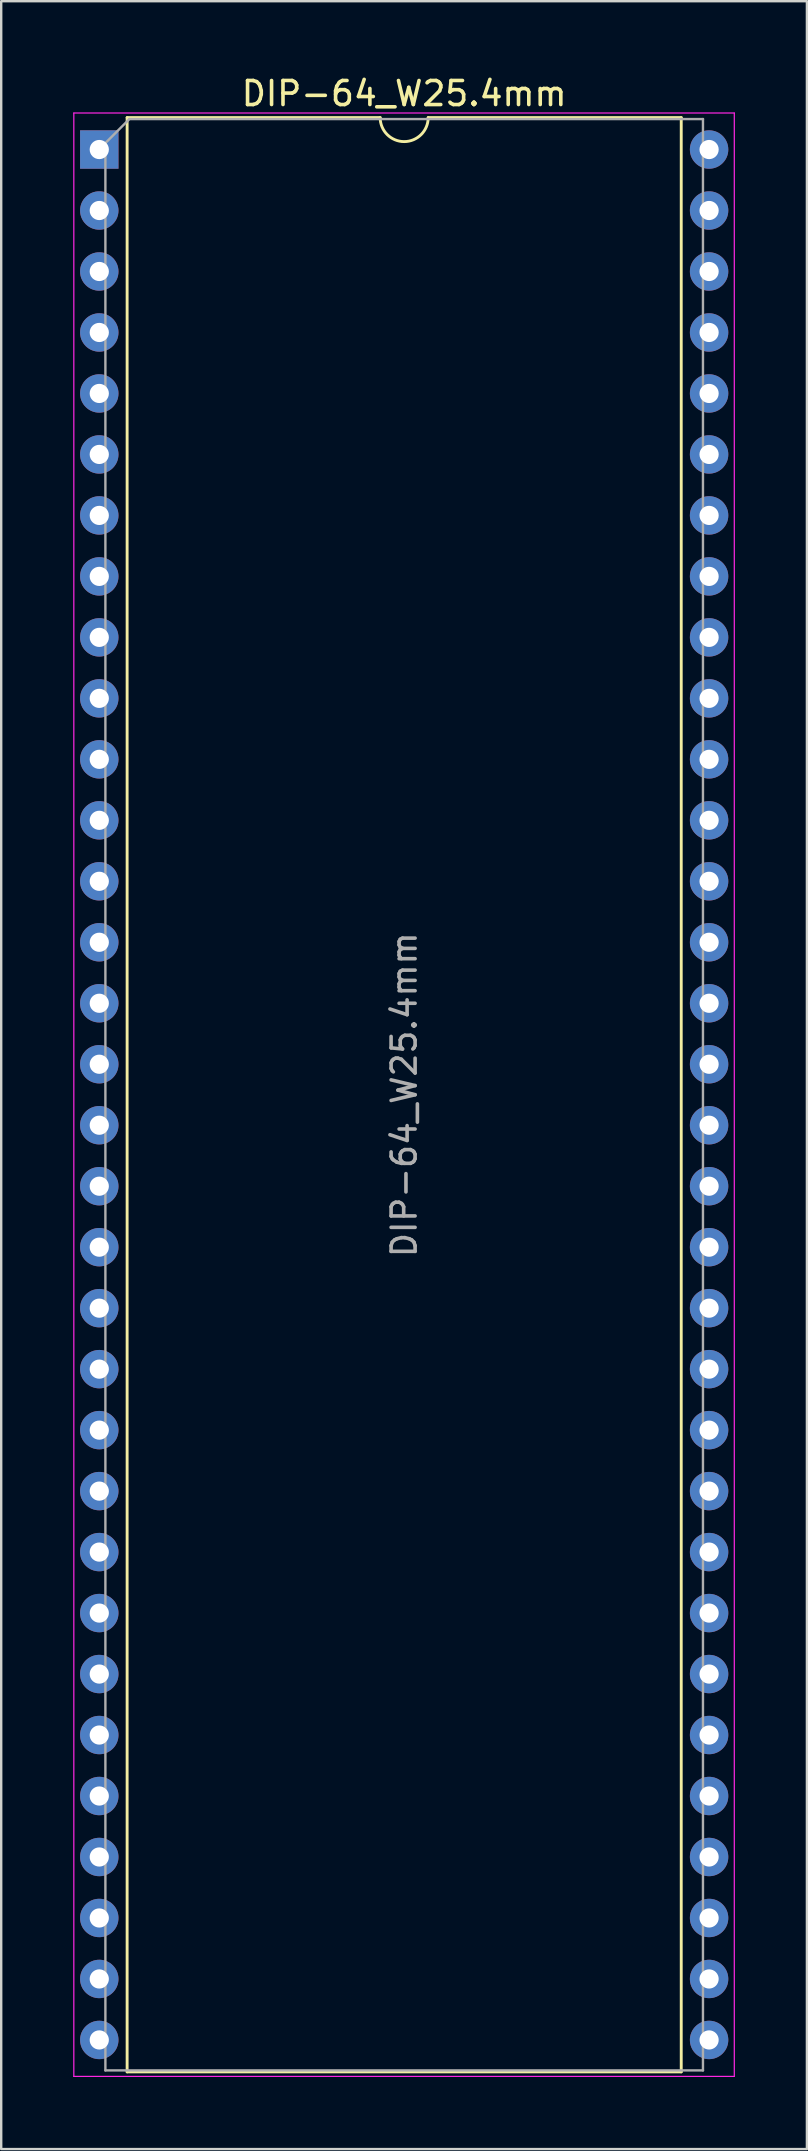
<source format=kicad_pcb>
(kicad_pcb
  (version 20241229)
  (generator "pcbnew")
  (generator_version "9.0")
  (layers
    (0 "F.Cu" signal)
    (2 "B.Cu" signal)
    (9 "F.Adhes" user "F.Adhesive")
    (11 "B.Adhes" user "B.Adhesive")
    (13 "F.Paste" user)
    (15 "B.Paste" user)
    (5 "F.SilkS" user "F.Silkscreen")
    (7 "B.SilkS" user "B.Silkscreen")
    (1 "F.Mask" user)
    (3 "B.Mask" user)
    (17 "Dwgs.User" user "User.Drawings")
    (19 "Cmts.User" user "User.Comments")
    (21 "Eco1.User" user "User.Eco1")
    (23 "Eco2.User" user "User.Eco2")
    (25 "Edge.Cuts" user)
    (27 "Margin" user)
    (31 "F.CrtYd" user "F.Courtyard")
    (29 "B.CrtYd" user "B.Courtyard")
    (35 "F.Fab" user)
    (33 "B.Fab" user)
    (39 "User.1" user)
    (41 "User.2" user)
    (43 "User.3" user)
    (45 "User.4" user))
  (footprint "DIP-64_W25.4mm"
    (layer "F.Cu")
    (at 1.085 3.178)
    (property "Reference" "DIP-64_W25.4mm" (at 12.7 -2.33 0) (layer "F.SilkS") (effects (font (size 1 1) (thickness 0.15))))
    (attr through_hole)
    (fp_line (start 1.16 -1.33) (end 1.16 80.07) (stroke (width 0.12) (type solid)) (layer "F.SilkS"))
    (fp_line (start 1.16 80.07) (end 24.24 80.07) (stroke (width 0.12) (type solid)) (layer "F.SilkS"))
    (fp_line (start 11.7 -1.33) (end 1.16 -1.33) (stroke (width 0.12) (type solid)) (layer "F.SilkS"))
    (fp_line (start 24.24 -1.33) (end 13.7 -1.33) (stroke (width 0.12) (type solid)) (layer "F.SilkS"))
    (fp_line (start 24.24 80.07) (end 24.24 -1.33) (stroke (width 0.12) (type solid)) (layer "F.SilkS"))
    (fp_arc (start 13.7 -1.33) (mid 12.7 -0.33) (end 11.7 -1.33) (stroke (width 0.12) (type solid)) (layer "F.SilkS"))
    (fp_line (start -1.06 -1.52) (end -1.06 80.26) (stroke (width 0.05) (type solid)) (layer "F.CrtYd"))
    (fp_line (start -1.06 80.26) (end 26.45 80.26) (stroke (width 0.05) (type solid)) (layer "F.CrtYd"))
    (fp_line (start 26.45 -1.52) (end -1.06 -1.52) (stroke (width 0.05) (type solid)) (layer "F.CrtYd"))
    (fp_line (start 26.45 80.26) (end 26.45 -1.52) (stroke (width 0.05) (type solid)) (layer "F.CrtYd"))
    (fp_line (start 0.255 -0.27) (end 1.255 -1.27) (stroke (width 0.1) (type solid)) (layer "F.Fab"))
    (fp_line (start 0.255 80.01) (end 0.255 -0.27) (stroke (width 0.1) (type solid)) (layer "F.Fab"))
    (fp_line (start 1.255 -1.27) (end 25.145 -1.27) (stroke (width 0.1) (type solid)) (layer "F.Fab"))
    (fp_line (start 25.145 -1.27) (end 25.145 80.01) (stroke (width 0.1) (type solid)) (layer "F.Fab"))
    (fp_line (start 25.145 80.01) (end 0.255 80.01) (stroke (width 0.1) (type solid)) (layer "F.Fab"))
    (fp_text user "${REFERENCE}" (at 12.7 39.37 90) (layer "F.Fab") (effects (font (size 1 1) (thickness 0.15))))
    (pad "1" thru_hole rect (at 0 0) (size 1.6 1.6) (drill 0.8) (layers "*.Cu" "*.Mask"))
    (pad "2" thru_hole circle (at 0 2.54) (size 1.6 1.6) (drill 0.8) (layers "*.Cu" "*.Mask"))
    (pad "3" thru_hole circle (at 0 5.08) (size 1.6 1.6) (drill 0.8) (layers "*.Cu" "*.Mask"))
    (pad "4" thru_hole circle (at 0 7.62) (size 1.6 1.6) (drill 0.8) (layers "*.Cu" "*.Mask"))
    (pad "5" thru_hole circle (at 0 10.16) (size 1.6 1.6) (drill 0.8) (layers "*.Cu" "*.Mask"))
    (pad "6" thru_hole circle (at 0 12.7) (size 1.6 1.6) (drill 0.8) (layers "*.Cu" "*.Mask"))
    (pad "7" thru_hole circle (at 0 15.24) (size 1.6 1.6) (drill 0.8) (layers "*.Cu" "*.Mask"))
    (pad "8" thru_hole circle (at 0 17.78) (size 1.6 1.6) (drill 0.8) (layers "*.Cu" "*.Mask"))
    (pad "9" thru_hole circle (at 0 20.32) (size 1.6 1.6) (drill 0.8) (layers "*.Cu" "*.Mask"))
    (pad "10" thru_hole circle (at 0 22.86) (size 1.6 1.6) (drill 0.8) (layers "*.Cu" "*.Mask"))
    (pad "11" thru_hole circle (at 0 25.4) (size 1.6 1.6) (drill 0.8) (layers "*.Cu" "*.Mask"))
    (pad "12" thru_hole circle (at 0 27.94) (size 1.6 1.6) (drill 0.8) (layers "*.Cu" "*.Mask"))
    (pad "13" thru_hole circle (at 0 30.48) (size 1.6 1.6) (drill 0.8) (layers "*.Cu" "*.Mask"))
    (pad "14" thru_hole circle (at 0 33.02) (size 1.6 1.6) (drill 0.8) (layers "*.Cu" "*.Mask"))
    (pad "15" thru_hole circle (at 0 35.56) (size 1.6 1.6) (drill 0.8) (layers "*.Cu" "*.Mask"))
    (pad "16" thru_hole circle (at 0 38.1) (size 1.6 1.6) (drill 0.8) (layers "*.Cu" "*.Mask"))
    (pad "17" thru_hole circle (at 0 40.64) (size 1.6 1.6) (drill 0.8) (layers "*.Cu" "*.Mask"))
    (pad "18" thru_hole circle (at 0 43.18) (size 1.6 1.6) (drill 0.8) (layers "*.Cu" "*.Mask"))
    (pad "19" thru_hole circle (at 0 45.72) (size 1.6 1.6) (drill 0.8) (layers "*.Cu" "*.Mask"))
    (pad "20" thru_hole circle (at 0 48.26) (size 1.6 1.6) (drill 0.8) (layers "*.Cu" "*.Mask"))
    (pad "21" thru_hole circle (at 0 50.8) (size 1.6 1.6) (drill 0.8) (layers "*.Cu" "*.Mask"))
    (pad "22" thru_hole circle (at 0 53.34) (size 1.6 1.6) (drill 0.8) (layers "*.Cu" "*.Mask"))
    (pad "23" thru_hole circle (at 0 55.88) (size 1.6 1.6) (drill 0.8) (layers "*.Cu" "*.Mask"))
    (pad "24" thru_hole circle (at 0 58.42) (size 1.6 1.6) (drill 0.8) (layers "*.Cu" "*.Mask"))
    (pad "25" thru_hole circle (at 0 60.96) (size 1.6 1.6) (drill 0.8) (layers "*.Cu" "*.Mask"))
    (pad "26" thru_hole circle (at 0 63.5) (size 1.6 1.6) (drill 0.8) (layers "*.Cu" "*.Mask"))
    (pad "27" thru_hole circle (at 0 66.04) (size 1.6 1.6) (drill 0.8) (layers "*.Cu" "*.Mask"))
    (pad "28" thru_hole circle (at 0 68.58) (size 1.6 1.6) (drill 0.8) (layers "*.Cu" "*.Mask"))
    (pad "29" thru_hole circle (at 0 71.12) (size 1.6 1.6) (drill 0.8) (layers "*.Cu" "*.Mask"))
    (pad "30" thru_hole circle (at 0 73.66) (size 1.6 1.6) (drill 0.8) (layers "*.Cu" "*.Mask"))
    (pad "31" thru_hole circle (at 0 76.2) (size 1.6 1.6) (drill 0.8) (layers "*.Cu" "*.Mask"))
    (pad "32" thru_hole circle (at 0 78.74) (size 1.6 1.6) (drill 0.8) (layers "*.Cu" "*.Mask"))
    (pad "33" thru_hole circle (at 25.4 78.74) (size 1.6 1.6) (drill 0.8) (layers "*.Cu" "*.Mask"))
    (pad "34" thru_hole circle (at 25.4 76.2) (size 1.6 1.6) (drill 0.8) (layers "*.Cu" "*.Mask"))
    (pad "35" thru_hole circle (at 25.4 73.66) (size 1.6 1.6) (drill 0.8) (layers "*.Cu" "*.Mask"))
    (pad "36" thru_hole circle (at 25.4 71.12) (size 1.6 1.6) (drill 0.8) (layers "*.Cu" "*.Mask"))
    (pad "37" thru_hole circle (at 25.4 68.58) (size 1.6 1.6) (drill 0.8) (layers "*.Cu" "*.Mask"))
    (pad "38" thru_hole circle (at 25.4 66.04) (size 1.6 1.6) (drill 0.8) (layers "*.Cu" "*.Mask"))
    (pad "39" thru_hole circle (at 25.4 63.5) (size 1.6 1.6) (drill 0.8) (layers "*.Cu" "*.Mask"))
    (pad "40" thru_hole circle (at 25.4 60.96) (size 1.6 1.6) (drill 0.8) (layers "*.Cu" "*.Mask"))
    (pad "41" thru_hole circle (at 25.4 58.42) (size 1.6 1.6) (drill 0.8) (layers "*.Cu" "*.Mask"))
    (pad "42" thru_hole circle (at 25.4 55.88) (size 1.6 1.6) (drill 0.8) (layers "*.Cu" "*.Mask"))
    (pad "43" thru_hole circle (at 25.4 53.34) (size 1.6 1.6) (drill 0.8) (layers "*.Cu" "*.Mask"))
    (pad "44" thru_hole circle (at 25.4 50.8) (size 1.6 1.6) (drill 0.8) (layers "*.Cu" "*.Mask"))
    (pad "45" thru_hole circle (at 25.4 48.26) (size 1.6 1.6) (drill 0.8) (layers "*.Cu" "*.Mask"))
    (pad "46" thru_hole circle (at 25.4 45.72) (size 1.6 1.6) (drill 0.8) (layers "*.Cu" "*.Mask"))
    (pad "47" thru_hole circle (at 25.4 43.18) (size 1.6 1.6) (drill 0.8) (layers "*.Cu" "*.Mask"))
    (pad "48" thru_hole circle (at 25.4 40.64) (size 1.6 1.6) (drill 0.8) (layers "*.Cu" "*.Mask"))
    (pad "49" thru_hole circle (at 25.4 38.1) (size 1.6 1.6) (drill 0.8) (layers "*.Cu" "*.Mask"))
    (pad "50" thru_hole circle (at 25.4 35.56) (size 1.6 1.6) (drill 0.8) (layers "*.Cu" "*.Mask"))
    (pad "51" thru_hole circle (at 25.4 33.02) (size 1.6 1.6) (drill 0.8) (layers "*.Cu" "*.Mask"))
    (pad "52" thru_hole circle (at 25.4 30.48) (size 1.6 1.6) (drill 0.8) (layers "*.Cu" "*.Mask"))
    (pad "53" thru_hole circle (at 25.4 27.94) (size 1.6 1.6) (drill 0.8) (layers "*.Cu" "*.Mask"))
    (pad "54" thru_hole circle (at 25.4 25.4) (size 1.6 1.6) (drill 0.8) (layers "*.Cu" "*.Mask"))
    (pad "55" thru_hole circle (at 25.4 22.86) (size 1.6 1.6) (drill 0.8) (layers "*.Cu" "*.Mask"))
    (pad "56" thru_hole circle (at 25.4 20.32) (size 1.6 1.6) (drill 0.8) (layers "*.Cu" "*.Mask"))
    (pad "57" thru_hole circle (at 25.4 17.78) (size 1.6 1.6) (drill 0.8) (layers "*.Cu" "*.Mask"))
    (pad "58" thru_hole circle (at 25.4 15.24) (size 1.6 1.6) (drill 0.8) (layers "*.Cu" "*.Mask"))
    (pad "59" thru_hole circle (at 25.4 12.7) (size 1.6 1.6) (drill 0.8) (layers "*.Cu" "*.Mask"))
    (pad "60" thru_hole circle (at 25.4 10.16) (size 1.6 1.6) (drill 0.8) (layers "*.Cu" "*.Mask"))
    (pad "61" thru_hole circle (at 25.4 7.62) (size 1.6 1.6) (drill 0.8) (layers "*.Cu" "*.Mask"))
    (pad "62" thru_hole circle (at 25.4 5.08) (size 1.6 1.6) (drill 0.8) (layers "*.Cu" "*.Mask"))
    (pad "63" thru_hole circle (at 25.4 2.54) (size 1.6 1.6) (drill 0.8) (layers "*.Cu" "*.Mask"))
    (pad "64" thru_hole circle (at 25.4 0) (size 1.6 1.6) (drill 0.8) (layers "*.Cu" "*.Mask")))
  (gr_rect
    (start -3 -3)
    (end 30.56 86.463)
    (stroke (width 0.1) (type default))
    (fill no)
    (layer "Edge.Cuts")))
</source>
